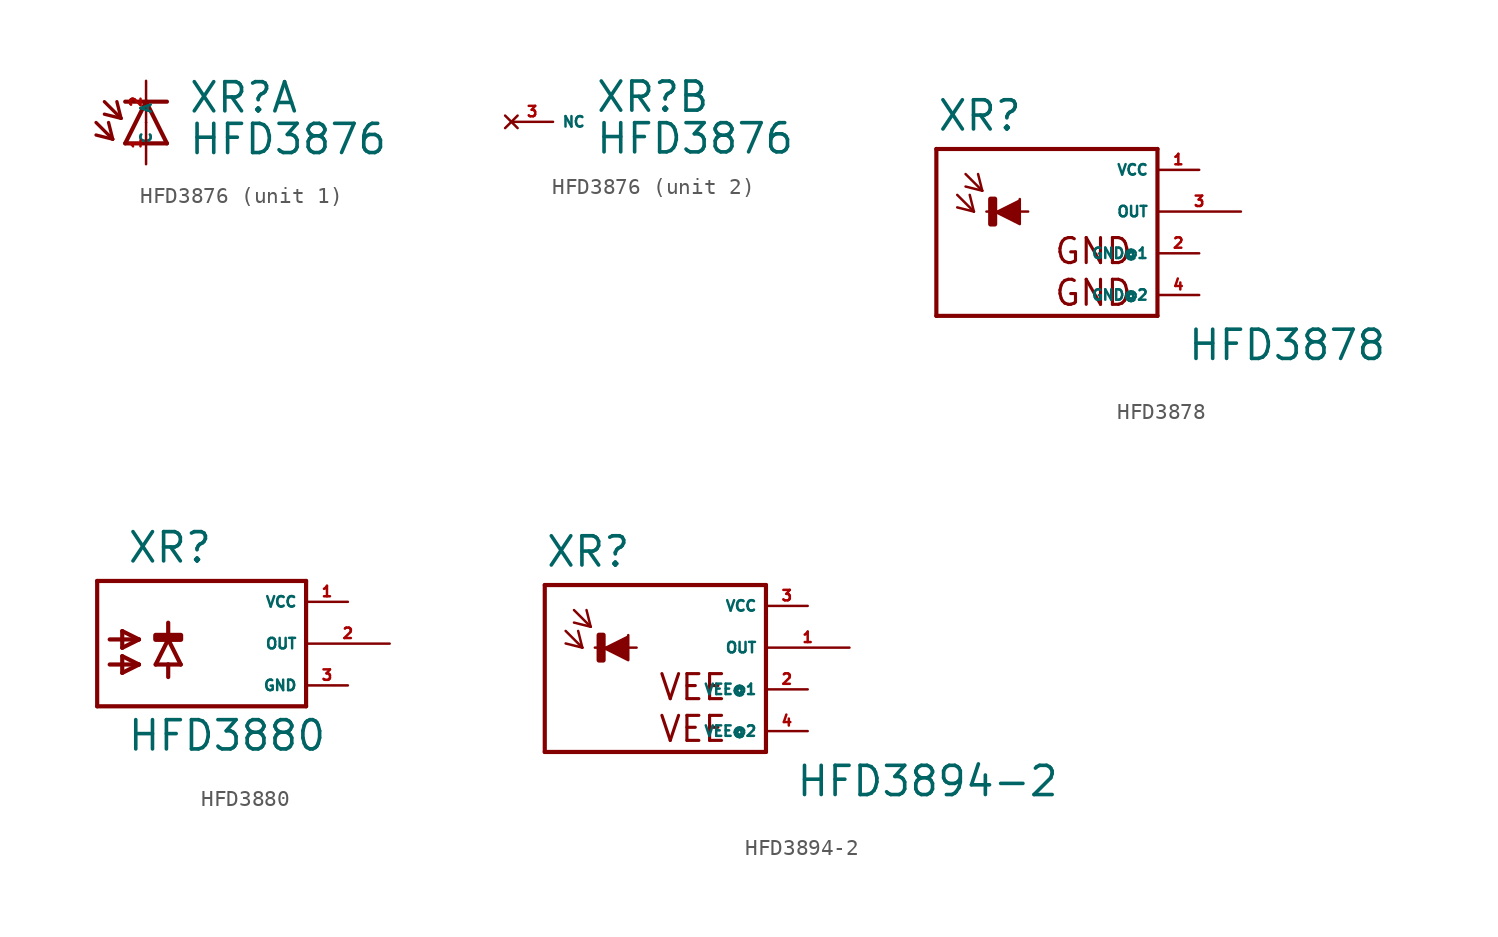
<source format=kicad_sym>
(kicad_symbol_lib
  (version 20220914)
  (generator Eagle2Kicad)
  (symbol "HFD3876"
    (property "Reference" "XR"
      (at 2.54 0.483 0)
      (effects (font (size 1.778 1.778) (thickness 0.22)) (justify left bottom)))
    (property "Value" "HFD3876"
      (at 2.54 -2.057 0)
      (effects (font (size 1.778 1.778) (thickness 0.22)) (justify left bottom)))
    (symbol "HFD3876_1_0"
      (polyline (pts (xy 1.27 -1.27) (xy 0 1.27)) (stroke (width 0.254) (type default)) (fill (type none)))
      (polyline (pts (xy 0 1.27) (xy -1.27 -1.27)) (stroke (width 0.254) (type default)) (fill (type none)))
      (polyline (pts (xy -1.27 1.27) (xy 0 1.27)) (stroke (width 0.254) (type default)) (fill (type none)))
      (polyline (pts (xy -1.27 -1.27) (xy 1.27 -1.27)) (stroke (width 0.254) (type default)) (fill (type none)))
      (polyline (pts (xy 0 1.27) (xy 1.27 1.27)) (stroke (width 0.254) (type default)) (fill (type none)))
      (polyline (pts (xy -3.048 0) (xy -2.032 -1.016)) (stroke (width 0.203) (type default)) (fill (type none)))
      (polyline (pts (xy -2.032 -1.016) (xy -2.286 0)) (stroke (width 0.203) (type default)) (fill (type none)))
      (polyline (pts (xy -2.032 -1.016) (xy -3.048 -0.762)) (stroke (width 0.203) (type default)) (fill (type none)))
      (polyline (pts (xy -2.54 1.27) (xy -1.524 0.254)) (stroke (width 0.203) (type default)) (fill (type none)))
      (polyline (pts (xy -1.524 0.254) (xy -1.778 1.27)) (stroke (width 0.203) (type default)) (fill (type none)))
      (polyline (pts (xy -1.524 0.254) (xy -2.54 0.508)) (stroke (width 0.203) (type default)) (fill (type none)))
      (pin passive line (at 0 -2.54 90) (length 2.54) (name "A" (effects (font (size 0.635 0.635) (thickness 0.08)) (justify left bottom))) (number "1" (effects (font (size 0.635 0.635) (thickness 0.08)) (justify left bottom))))
      (pin passive line (at 0 2.54 270) (length 2.54) (name "C" (effects (font (size 0.635 0.635) (thickness 0.08)) (justify left bottom))) (number "2" (effects (font (size 0.635 0.635) (thickness 0.08)) (justify left bottom)))))
    (symbol "HFD3876_2_0"
      (pin no_connect line (at -2.54 0 0) (length 2.54) (name "NC" (effects (font (size 0.635 0.635) (thickness 0.08)) (justify left bottom) hide)) (number "3" (effects (font (size 0.635 0.635) (thickness 0.08)) (justify left bottom) hide)))))
  (symbol "HFD3878"
    (property "Reference" "XR"
      (at -5.842 4.801 0)
      (effects (font (size 1.778 1.778) (thickness 0.22)) (justify left bottom)))
    (property "Value" "HFD3878"
      (at 9.398 -9.169 0)
      (effects (font (size 1.778 1.778) (thickness 0.22)) (justify left bottom)))
    (polyline
      (pts (xy -2.286 0) (xy -0.762 -0.762) (xy -0.762 0.762))
      (stroke (width 0.152) (type default))
      (fill (type outline)))
    (polyline
      (pts (xy -4.572 1.016) (xy -3.556 0))
      (stroke (width 0.152) (type default))
      (fill (type none)))
    (polyline
      (pts (xy -3.556 0) (xy -3.81 1.016))
      (stroke (width 0.152) (type default))
      (fill (type none)))
    (polyline
      (pts (xy -3.556 0) (xy -4.572 0.254))
      (stroke (width 0.152) (type default))
      (fill (type none)))
    (polyline
      (pts (xy -4.064 2.286) (xy -3.048 1.27))
      (stroke (width 0.152) (type default))
      (fill (type none)))
    (polyline
      (pts (xy -3.048 1.27) (xy -3.302 2.286))
      (stroke (width 0.152) (type default))
      (fill (type none)))
    (polyline
      (pts (xy -3.048 1.27) (xy -4.064 1.524))
      (stroke (width 0.152) (type default))
      (fill (type none)))
    (polyline
      (pts (xy 7.62 3.81) (xy 7.62 -6.35))
      (stroke (width 0.254) (type default))
      (fill (type none)))
    (polyline
      (pts (xy 7.62 -6.35) (xy -5.842 -6.35))
      (stroke (width 0.254) (type default))
      (fill (type none)))
    (polyline
      (pts (xy -5.842 -6.35) (xy -5.842 3.81))
      (stroke (width 0.254) (type default))
      (fill (type none)))
    (polyline
      (pts (xy -5.842 3.81) (xy 7.62 3.81))
      (stroke (width 0.254) (type default))
      (fill (type none)))
    (polyline
      (pts (xy -2.794 0) (xy -0.254 0))
      (stroke (width 0.152) (type default))
      (fill (type none)))
    (text "GND"
      (at 1.27 -3.302 0)
      (effects (font (size 1.524 1.524) (thickness 0.19)) (justify left bottom)))
    (text "GND"
      (at 1.27 -5.842 0)
      (effects (font (size 1.524 1.524) (thickness 0.19)) (justify left bottom)))
    (rectangle
      (start -2.54 -0.762)
      (end -2.286 0.762)
      (stroke (width 0.3) (type default))
      (fill (type outline)))
    (pin unspecified line
      (at 10.16 2.54 180)
      (length 2.54)
      (name "VCC" (effects (font (size 0.635 0.635) (thickness 0.08)) (justify left bottom)))
      (number "1" (effects (font (size 0.635 0.635) (thickness 0.08)) (justify left bottom))))
    (pin unspecified line
      (at 10.16 -2.54 180)
      (length 2.54)
      (name "GND@1" (effects (font (size 0.635 0.635) (thickness 0.08)) (justify left bottom)))
      (number "2" (effects (font (size 0.635 0.635) (thickness 0.08)) (justify left bottom))))
    (pin output line
      (at 12.7 0 180)
      (length 5.08)
      (name "OUT" (effects (font (size 0.635 0.635) (thickness 0.08)) (justify left bottom)))
      (number "3" (effects (font (size 0.635 0.635) (thickness 0.08)) (justify left bottom))))
    (pin unspecified line
      (at 10.16 -5.08 180)
      (length 2.54)
      (name "GND@2" (effects (font (size 0.635 0.635) (thickness 0.08)) (justify left bottom)))
      (number "4" (effects (font (size 0.635 0.635) (thickness 0.08)) (justify left bottom)))))
  (symbol "HFD3880"
    (property "Reference" "XR"
      (at -3.302 4.801 0)
      (effects (font (size 1.778 1.778) (thickness 0.22)) (justify left bottom)))
    (property "Value" "HFD3880"
      (at -3.302 -6.629 0)
      (effects (font (size 1.778 1.778) (thickness 0.22)) (justify left bottom)))
    (polyline
      (pts (xy -4.318 0.254) (xy -2.54 0.254))
      (stroke (width 0.254) (type default))
      (fill (type none)))
    (polyline
      (pts (xy -2.54 0.254) (xy -3.556 -0.254))
      (stroke (width 0.254) (type default))
      (fill (type none)))
    (polyline
      (pts (xy -2.54 0.254) (xy -3.556 0.762))
      (stroke (width 0.254) (type default))
      (fill (type none)))
    (polyline
      (pts (xy -4.318 -1.27) (xy -2.54 -1.27))
      (stroke (width 0.254) (type default))
      (fill (type none)))
    (polyline
      (pts (xy -2.54 -1.27) (xy -3.556 -1.778))
      (stroke (width 0.254) (type default))
      (fill (type none)))
    (polyline
      (pts (xy -2.54 -1.27) (xy -3.556 -0.762))
      (stroke (width 0.254) (type default))
      (fill (type none)))
    (polyline
      (pts (xy 7.62 3.81) (xy -5.08 3.81))
      (stroke (width 0.254) (type default))
      (fill (type none)))
    (polyline
      (pts (xy -5.08 3.81) (xy -5.08 -3.81))
      (stroke (width 0.254) (type default))
      (fill (type none)))
    (polyline
      (pts (xy -5.08 -3.81) (xy 7.62 -3.81))
      (stroke (width 0.254) (type default))
      (fill (type none)))
    (polyline
      (pts (xy 7.62 -3.81) (xy 7.62 3.81))
      (stroke (width 0.254) (type default))
      (fill (type none)))
    (polyline
      (pts (xy -3.556 0.762) (xy -3.556 -0.254))
      (stroke (width 0.254) (type default))
      (fill (type none)))
    (polyline
      (pts (xy -3.556 -0.762) (xy -3.556 -1.778))
      (stroke (width 0.254) (type default))
      (fill (type none)))
    (polyline
      (pts (xy -0.762 0.254) (xy 0 -1.27))
      (stroke (width 0.254) (type default))
      (fill (type none)))
    (polyline
      (pts (xy 0 -1.27) (xy -0.762 -1.27))
      (stroke (width 0.254) (type default))
      (fill (type none)))
    (polyline
      (pts (xy -0.762 -1.27) (xy -1.524 -1.27))
      (stroke (width 0.254) (type default))
      (fill (type none)))
    (polyline
      (pts (xy -1.524 -1.27) (xy -0.762 0.254))
      (stroke (width 0.254) (type default))
      (fill (type none)))
    (polyline
      (pts (xy -0.762 1.27) (xy -0.762 0.254))
      (stroke (width 0.254) (type default))
      (fill (type none)))
    (polyline
      (pts (xy -0.762 -1.27) (xy -0.762 -2.032))
      (stroke (width 0.254) (type default))
      (fill (type none)))
    (rectangle
      (start -1.524 0.254)
      (end 0 0.508)
      (stroke (width 0.3) (type default))
      (fill (type outline)))
    (pin unspecified line
      (at 10.16 2.54 180)
      (length 2.54)
      (name "VCC" (effects (font (size 0.635 0.635) (thickness 0.08)) (justify left bottom)))
      (number "1" (effects (font (size 0.635 0.635) (thickness 0.08)) (justify left bottom))))
    (pin unspecified line
      (at 10.16 -2.54 180)
      (length 2.54)
      (name "GND" (effects (font (size 0.635 0.635) (thickness 0.08)) (justify left bottom)))
      (number "3" (effects (font (size 0.635 0.635) (thickness 0.08)) (justify left bottom))))
    (pin output line
      (at 12.7 0 180)
      (length 5.08)
      (name "OUT" (effects (font (size 0.635 0.635) (thickness 0.08)) (justify left bottom)))
      (number "2" (effects (font (size 0.635 0.635) (thickness 0.08)) (justify left bottom)))))
  (symbol "HFD3894-2"
    (property "Reference" "XR"
      (at -5.842 4.801 0)
      (effects (font (size 1.778 1.778) (thickness 0.22)) (justify left bottom)))
    (property "Value" "HFD3894-2"
      (at 9.398 -9.169 0)
      (effects (font (size 1.778 1.778) (thickness 0.22)) (justify left bottom)))
    (polyline
      (pts (xy -2.286 0) (xy -0.762 -0.762) (xy -0.762 0.762))
      (stroke (width 0.152) (type default))
      (fill (type outline)))
    (polyline
      (pts (xy -4.572 1.016) (xy -3.556 0))
      (stroke (width 0.152) (type default))
      (fill (type none)))
    (polyline
      (pts (xy -3.556 0) (xy -3.81 1.016))
      (stroke (width 0.152) (type default))
      (fill (type none)))
    (polyline
      (pts (xy -3.556 0) (xy -4.572 0.254))
      (stroke (width 0.152) (type default))
      (fill (type none)))
    (polyline
      (pts (xy -4.064 2.286) (xy -3.048 1.27))
      (stroke (width 0.152) (type default))
      (fill (type none)))
    (polyline
      (pts (xy -3.048 1.27) (xy -3.302 2.286))
      (stroke (width 0.152) (type default))
      (fill (type none)))
    (polyline
      (pts (xy -3.048 1.27) (xy -4.064 1.524))
      (stroke (width 0.152) (type default))
      (fill (type none)))
    (polyline
      (pts (xy 7.62 3.81) (xy 7.62 -6.35))
      (stroke (width 0.254) (type default))
      (fill (type none)))
    (polyline
      (pts (xy 7.62 -6.35) (xy -5.842 -6.35))
      (stroke (width 0.254) (type default))
      (fill (type none)))
    (polyline
      (pts (xy -5.842 -6.35) (xy -5.842 3.81))
      (stroke (width 0.254) (type default))
      (fill (type none)))
    (polyline
      (pts (xy -5.842 3.81) (xy 7.62 3.81))
      (stroke (width 0.254) (type default))
      (fill (type none)))
    (polyline
      (pts (xy -2.794 0) (xy -0.254 0))
      (stroke (width 0.152) (type default))
      (fill (type none)))
    (text "VEE"
      (at 1.016 -3.302 0)
      (effects (font (size 1.524 1.524) (thickness 0.19)) (justify left bottom)))
    (text "VEE"
      (at 1.016 -5.842 0)
      (effects (font (size 1.524 1.524) (thickness 0.19)) (justify left bottom)))
    (rectangle
      (start -2.54 -0.762)
      (end -2.286 0.762)
      (stroke (width 0.3) (type default))
      (fill (type outline)))
    (pin unspecified line
      (at 10.16 2.54 180)
      (length 2.54)
      (name "VCC" (effects (font (size 0.635 0.635) (thickness 0.08)) (justify left bottom)))
      (number "3" (effects (font (size 0.635 0.635) (thickness 0.08)) (justify left bottom))))
    (pin unspecified line
      (at 10.16 -2.54 180)
      (length 2.54)
      (name "VEE@1" (effects (font (size 0.635 0.635) (thickness 0.08)) (justify left bottom)))
      (number "2" (effects (font (size 0.635 0.635) (thickness 0.08)) (justify left bottom))))
    (pin output line
      (at 12.7 0 180)
      (length 5.08)
      (name "OUT" (effects (font (size 0.635 0.635) (thickness 0.08)) (justify left bottom)))
      (number "1" (effects (font (size 0.635 0.635) (thickness 0.08)) (justify left bottom))))
    (pin unspecified line
      (at 10.16 -5.08 180)
      (length 2.54)
      (name "VEE@2" (effects (font (size 0.635 0.635) (thickness 0.08)) (justify left bottom)))
      (number "4" (effects (font (size 0.635 0.635) (thickness 0.08)) (justify left bottom))))))
</source>
